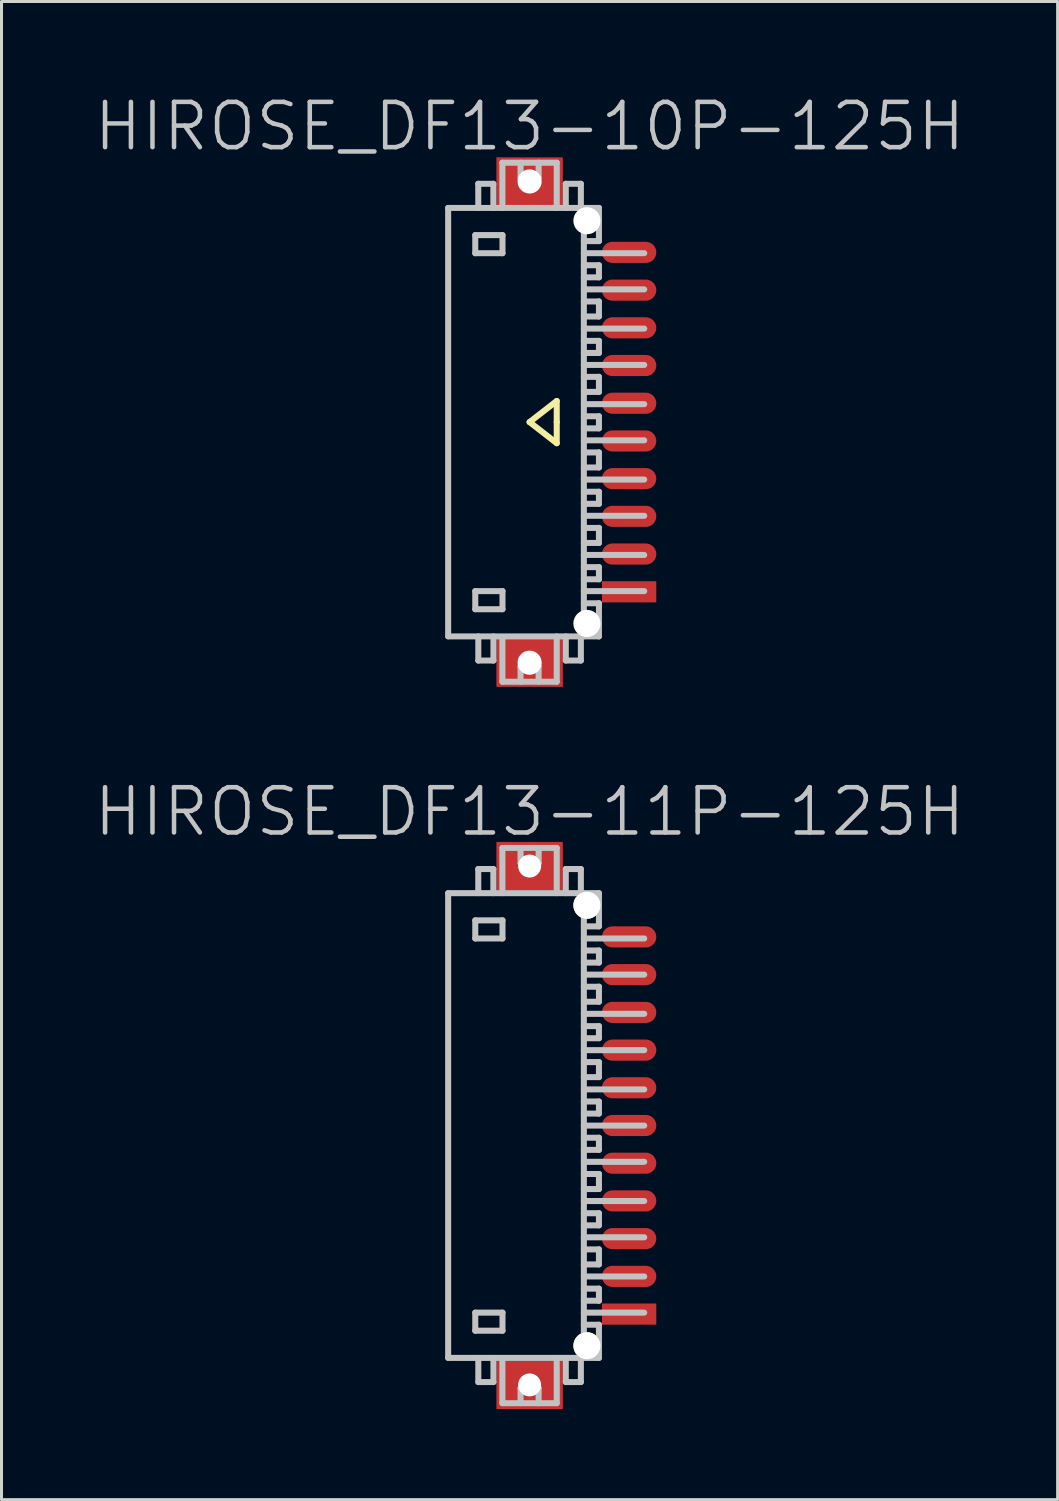
<source format=kicad_pcb>
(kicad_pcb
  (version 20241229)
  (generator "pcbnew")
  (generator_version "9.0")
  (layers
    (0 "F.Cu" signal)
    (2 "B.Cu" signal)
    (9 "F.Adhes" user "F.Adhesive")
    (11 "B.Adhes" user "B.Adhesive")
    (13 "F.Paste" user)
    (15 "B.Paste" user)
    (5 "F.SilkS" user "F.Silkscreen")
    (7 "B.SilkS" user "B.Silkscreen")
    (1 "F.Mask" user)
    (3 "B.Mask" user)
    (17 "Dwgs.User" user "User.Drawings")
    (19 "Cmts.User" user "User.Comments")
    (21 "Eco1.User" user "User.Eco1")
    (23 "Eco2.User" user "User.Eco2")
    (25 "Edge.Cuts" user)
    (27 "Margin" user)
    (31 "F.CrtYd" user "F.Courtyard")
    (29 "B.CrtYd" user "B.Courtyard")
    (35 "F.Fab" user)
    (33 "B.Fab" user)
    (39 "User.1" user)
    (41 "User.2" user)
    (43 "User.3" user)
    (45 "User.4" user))
  (footprint "HIROSE_DF13-10P-125H"
    (layer "F.Cu")
    (at 14.504 10.941)
    (property "Reference" "HIROSE_DF13-10P-125H" (at 0 -9.8 180) (layer "Dwgs.User") (effects (font (size 1.5 1.5) (thickness 0.15))))
    (attr smd)
    (fp_line (start 0 0) (end 0.9 0.7) (stroke (width 0.2) (type solid)) (layer "F.SilkS"))
    (fp_line (start 0.9 -0.7) (end 0 0) (stroke (width 0.2) (type solid)) (layer "F.SilkS"))
    (fp_line (start 0.9 0) (end 0.9 -0.7) (stroke (width 0.2) (type solid)) (layer "F.SilkS"))
    (fp_line (start 0.9 0.7) (end 0.9 0) (stroke (width 0.2) (type solid)) (layer "F.SilkS"))
    (fp_line (start -2.699 -7.099) (end -2.699 7.099) (stroke (width 0.2) (type solid)) (layer "Dwgs.User"))
    (fp_line (start -2.699 -7.099) (end 2.299 -7.099) (stroke (width 0.2) (type solid)) (layer "Dwgs.User"))
    (fp_line (start -1.8 -6.198) (end -1.8 -5.598) (stroke (width 0.2) (type solid)) (layer "Dwgs.User"))
    (fp_line (start -1.8 -5.598) (end -0.898 -5.598) (stroke (width 0.2) (type solid)) (layer "Dwgs.User"))
    (fp_line (start -1.8 5.603) (end -0.898 5.603) (stroke (width 0.2) (type solid)) (layer "Dwgs.User"))
    (fp_line (start -1.8 6.203) (end -1.8 5.603) (stroke (width 0.2) (type solid)) (layer "Dwgs.User"))
    (fp_line (start -1.701 -7.899) (end -1.701 -7.099) (stroke (width 0.2) (type solid)) (layer "Dwgs.User"))
    (fp_line (start -1.699 7.904) (end -1.699 7.104) (stroke (width 0.2) (type solid)) (layer "Dwgs.User"))
    (fp_line (start -1.201 -7.899) (end -1.701 -7.899) (stroke (width 0.2) (type solid)) (layer "Dwgs.User"))
    (fp_line (start -1.201 -7.099) (end -1.201 -7.899) (stroke (width 0.2) (type solid)) (layer "Dwgs.User"))
    (fp_line (start -1.198 7.104) (end -1.198 7.904) (stroke (width 0.2) (type solid)) (layer "Dwgs.User"))
    (fp_line (start -1.198 7.904) (end -1.699 7.904) (stroke (width 0.2) (type solid)) (layer "Dwgs.User"))
    (fp_line (start -0.901 -8.598) (end -0.901 -7.099) (stroke (width 0.2) (type solid)) (layer "Dwgs.User"))
    (fp_line (start -0.901 8.603) (end -0.901 7.203) (stroke (width 0.2) (type solid)) (layer "Dwgs.User"))
    (fp_line (start -0.898 -6.198) (end -1.8 -6.198) (stroke (width 0.2) (type solid)) (layer "Dwgs.User"))
    (fp_line (start -0.898 -5.598) (end -0.898 -6.198) (stroke (width 0.2) (type solid)) (layer "Dwgs.User"))
    (fp_line (start -0.898 5.603) (end -0.898 6.203) (stroke (width 0.2) (type solid)) (layer "Dwgs.User"))
    (fp_line (start -0.898 6.203) (end -1.8 6.203) (stroke (width 0.2) (type solid)) (layer "Dwgs.User"))
    (fp_line (start -0.299 -8.098) (end -0.299 -8.598) (stroke (width 0.2) (type solid)) (layer "Dwgs.User"))
    (fp_line (start -0.299 -8.098) (end 0.3 -8.098) (stroke (width 0.2) (type solid)) (layer "Dwgs.User"))
    (fp_line (start -0.299 8.105) (end 0.3 8.105) (stroke (width 0.2) (type solid)) (layer "Dwgs.User"))
    (fp_line (start -0.299 8.606) (end -0.299 8.105) (stroke (width 0.2) (type solid)) (layer "Dwgs.User"))
    (fp_line (start 0.3 -8.098) (end 0.3 -8.598) (stroke (width 0.2) (type solid)) (layer "Dwgs.User"))
    (fp_line (start 0.3 8.606) (end 0.3 8.105) (stroke (width 0.2) (type solid)) (layer "Dwgs.User"))
    (fp_line (start 0.9 -8.598) (end -0.901 -8.598) (stroke (width 0.2) (type solid)) (layer "Dwgs.User"))
    (fp_line (start 0.9 -7.099) (end 0.9 -8.598) (stroke (width 0.2) (type solid)) (layer "Dwgs.User"))
    (fp_line (start 0.9 8.603) (end 0.9 7.104) (stroke (width 0.2) (type solid)) (layer "Dwgs.User"))
    (fp_line (start 0.9 8.606) (end -0.901 8.606) (stroke (width 0.2) (type solid)) (layer "Dwgs.User"))
    (fp_line (start 1.2 -7.099) (end 1.2 -7.899) (stroke (width 0.2) (type solid)) (layer "Dwgs.User"))
    (fp_line (start 1.2 7.904) (end 1.2 7.104) (stroke (width 0.2) (type solid)) (layer "Dwgs.User"))
    (fp_line (start 1.7 -7.899) (end 1.2 -7.899) (stroke (width 0.2) (type solid)) (layer "Dwgs.User"))
    (fp_line (start 1.7 -7.899) (end 1.7 -7.099) (stroke (width 0.2) (type solid)) (layer "Dwgs.User"))
    (fp_line (start 1.7 7.104) (end 1.7 7.904) (stroke (width 0.2) (type solid)) (layer "Dwgs.User"))
    (fp_line (start 1.7 7.904) (end 1.2 7.904) (stroke (width 0.2) (type solid)) (layer "Dwgs.User"))
    (fp_line (start 1.799 -7.099) (end 1.799 7.099) (stroke (width 0.2) (type solid)) (layer "Dwgs.User"))
    (fp_line (start 1.799 -4.399) (end 3.8 -4.399) (stroke (width 0.2) (type solid)) (layer "Dwgs.User"))
    (fp_line (start 1.799 -3.998) (end 2.299 -3.998) (stroke (width 0.2) (type solid)) (layer "Dwgs.User"))
    (fp_line (start 1.799 -3.099) (end 3.8 -3.099) (stroke (width 0.2) (type solid)) (layer "Dwgs.User"))
    (fp_line (start 1.799 -1.895) (end 3.8 -1.895) (stroke (width 0.2) (type solid)) (layer "Dwgs.User"))
    (fp_line (start 1.799 -1.499) (end 2.299 -1.499) (stroke (width 0.2) (type solid)) (layer "Dwgs.User"))
    (fp_line (start 1.799 -0.594) (end 3.8 -0.594) (stroke (width 0.2) (type solid)) (layer "Dwgs.User"))
    (fp_line (start 1.799 0.605) (end 3.8 0.605) (stroke (width 0.2) (type solid)) (layer "Dwgs.User"))
    (fp_line (start 1.799 1.006) (end 2.299 1.006) (stroke (width 0.2) (type solid)) (layer "Dwgs.User"))
    (fp_line (start 1.799 1.905) (end 3.8 1.905) (stroke (width 0.2) (type solid)) (layer "Dwgs.User"))
    (fp_line (start 1.799 3.106) (end 3.8 3.106) (stroke (width 0.2) (type solid)) (layer "Dwgs.User"))
    (fp_line (start 1.799 3.508) (end 2.299 3.508) (stroke (width 0.2) (type solid)) (layer "Dwgs.User"))
    (fp_line (start 1.799 4.404) (end 3.8 4.404) (stroke (width 0.2) (type solid)) (layer "Dwgs.User"))
    (fp_line (start 1.799 5.603) (end 3.8 5.603) (stroke (width 0.2) (type solid)) (layer "Dwgs.User"))
    (fp_line (start 2.299 -5.999) (end 1.799 -5.999) (stroke (width 0.2) (type solid)) (layer "Dwgs.User"))
    (fp_line (start 2.299 -5.999) (end 2.299 -7.099) (stroke (width 0.2) (type solid)) (layer "Dwgs.User"))
    (fp_line (start 2.299 -5.199) (end 1.799 -5.199) (stroke (width 0.2) (type solid)) (layer "Dwgs.User"))
    (fp_line (start 2.299 -4.798) (end 1.799 -4.798) (stroke (width 0.2) (type solid)) (layer "Dwgs.User"))
    (fp_line (start 2.299 -4.798) (end 2.299 -5.199) (stroke (width 0.2) (type solid)) (layer "Dwgs.User"))
    (fp_line (start 2.299 -4) (end 2.299 -3.5) (stroke (width 0.2) (type solid)) (layer "Dwgs.User"))
    (fp_line (start 2.299 -3.5) (end 1.799 -3.5) (stroke (width 0.2) (type solid)) (layer "Dwgs.User"))
    (fp_line (start 2.299 -2.692) (end 1.799 -2.692) (stroke (width 0.2) (type solid)) (layer "Dwgs.User"))
    (fp_line (start 2.299 -2.291) (end 1.799 -2.291) (stroke (width 0.2) (type solid)) (layer "Dwgs.User"))
    (fp_line (start 2.299 -2.291) (end 2.299 -2.692) (stroke (width 0.2) (type solid)) (layer "Dwgs.User"))
    (fp_line (start 2.299 -1.501) (end 2.299 -1.001) (stroke (width 0.2) (type solid)) (layer "Dwgs.User"))
    (fp_line (start 2.299 -1.001) (end 1.799 -1.001) (stroke (width 0.2) (type solid)) (layer "Dwgs.User"))
    (fp_line (start 2.299 -0.193) (end 1.799 -0.193) (stroke (width 0.2) (type solid)) (layer "Dwgs.User"))
    (fp_line (start 2.299 0.208) (end 1.799 0.208) (stroke (width 0.2) (type solid)) (layer "Dwgs.User"))
    (fp_line (start 2.299 0.208) (end 2.299 -0.193) (stroke (width 0.2) (type solid)) (layer "Dwgs.User"))
    (fp_line (start 2.299 1.003) (end 2.299 1.504) (stroke (width 0.2) (type solid)) (layer "Dwgs.User"))
    (fp_line (start 2.299 1.504) (end 1.799 1.504) (stroke (width 0.2) (type solid)) (layer "Dwgs.User"))
    (fp_line (start 2.299 2.309) (end 1.799 2.309) (stroke (width 0.2) (type solid)) (layer "Dwgs.User"))
    (fp_line (start 2.299 2.71) (end 1.799 2.71) (stroke (width 0.2) (type solid)) (layer "Dwgs.User"))
    (fp_line (start 2.299 2.71) (end 2.299 2.309) (stroke (width 0.2) (type solid)) (layer "Dwgs.User"))
    (fp_line (start 2.299 3.505) (end 2.299 4.006) (stroke (width 0.2) (type solid)) (layer "Dwgs.User"))
    (fp_line (start 2.299 4.006) (end 1.799 4.006) (stroke (width 0.2) (type solid)) (layer "Dwgs.User"))
    (fp_line (start 2.299 4.808) (end 1.799 4.808) (stroke (width 0.2) (type solid)) (layer "Dwgs.User"))
    (fp_line (start 2.299 5.21) (end 1.799 5.21) (stroke (width 0.2) (type solid)) (layer "Dwgs.User"))
    (fp_line (start 2.299 5.21) (end 2.299 4.808) (stroke (width 0.2) (type solid)) (layer "Dwgs.User"))
    (fp_line (start 2.299 6.005) (end 1.799 6.005) (stroke (width 0.2) (type solid)) (layer "Dwgs.User"))
    (fp_line (start 2.299 7.104) (end -2.699 7.104) (stroke (width 0.2) (type solid)) (layer "Dwgs.User"))
    (fp_line (start 2.299 7.104) (end 2.299 6.005) (stroke (width 0.2) (type solid)) (layer "Dwgs.User"))
    (fp_line (start 3.8 -5.598) (end 1.799 -5.598) (stroke (width 0.2) (type solid)) (layer "Dwgs.User"))
    (pad "" np_thru_hole rect (at 0.001 -7.976 270) (size 1.6 2.2) (drill 0.8) (layers "F.Cu" "F.Mask" "F.Paste"))
    (pad "" np_thru_hole rect (at 0.001 7.976 270) (size 1.6 2.2) (drill 0.8) (layers "F.Cu" "F.Mask" "F.Paste"))
    (pad "" np_thru_hole circle (at 1.901 -6.675 270) (size 0.9 0.9) (drill 0.9) (layers "*.Cu" "*.Mask"))
    (pad "" np_thru_hole circle (at 1.901 6.675 270) (size 0.9 0.9) (drill 0.9) (layers "*.Cu" "*.Mask"))
    (pad "1" smd rect (at 3.3 5.626 270) (size 0.7 1.8) (layers "F.Cu" "F.Mask" "F.Paste"))
    (pad "2" smd oval (at 3.3 4.374 270) (size 0.7 1.8) (layers "F.Cu" "F.Mask" "F.Paste"))
    (pad "3" smd oval (at 3.3 3.124 270) (size 0.7 1.8) (layers "F.Cu" "F.Mask" "F.Paste"))
    (pad "4" smd oval (at 3.3 1.875 270) (size 0.7 1.8) (layers "F.Cu" "F.Mask" "F.Paste"))
    (pad "5" smd oval (at 3.3 0.625 270) (size 0.7 1.8) (layers "F.Cu" "F.Mask" "F.Paste"))
    (pad "6" smd oval (at 3.3 -0.625 270) (size 0.7 1.8) (layers "F.Cu" "F.Mask" "F.Paste"))
    (pad "7" smd oval (at 3.3 -1.875 270) (size 0.7 1.8) (layers "F.Cu" "F.Mask" "F.Paste"))
    (pad "8" smd oval (at 3.3 -3.124 270) (size 0.7 1.8) (layers "F.Cu" "F.Mask" "F.Paste"))
    (pad "9" smd oval (at 3.3 -4.374 270) (size 0.7 1.8) (layers "F.Cu" "F.Mask" "F.Paste"))
    (pad "10" smd oval (at 3.3 -5.626 270) (size 0.7 1.8) (layers "F.Cu" "F.Mask" "F.Paste")))
  (footprint "HIROSE_DF13-11P-125H"
    (layer "F.Cu")
    (at 14.504 34.257)
    (property "Reference" "HIROSE_DF13-11P-125H" (at 0 -10.4 180) (layer "Dwgs.User") (effects (font (size 1.5 1.5) (thickness 0.15))))
    (attr smd)
    (fp_line (start -2.699 -7.701) (end 2.299 -7.701) (stroke (width 0.2) (type solid)) (layer "Dwgs.User"))
    (fp_line (start -2.699 -7.699) (end -2.699 7.699) (stroke (width 0.2) (type solid)) (layer "Dwgs.User"))
    (fp_line (start -1.8 -6.8) (end -1.8 -6.2) (stroke (width 0.2) (type solid)) (layer "Dwgs.User"))
    (fp_line (start -1.8 -6.2) (end -0.898 -6.2) (stroke (width 0.2) (type solid)) (layer "Dwgs.User"))
    (fp_line (start -1.8 6.203) (end -0.898 6.203) (stroke (width 0.2) (type solid)) (layer "Dwgs.User"))
    (fp_line (start -1.8 6.802) (end -1.8 6.203) (stroke (width 0.2) (type solid)) (layer "Dwgs.User"))
    (fp_line (start -1.701 -8.501) (end -1.701 -7.701) (stroke (width 0.2) (type solid)) (layer "Dwgs.User"))
    (fp_line (start -1.699 8.504) (end -1.699 7.704) (stroke (width 0.2) (type solid)) (layer "Dwgs.User"))
    (fp_line (start -1.201 -8.501) (end -1.701 -8.501) (stroke (width 0.2) (type solid)) (layer "Dwgs.User"))
    (fp_line (start -1.201 -7.701) (end -1.201 -8.501) (stroke (width 0.2) (type solid)) (layer "Dwgs.User"))
    (fp_line (start -1.198 7.704) (end -1.198 8.504) (stroke (width 0.2) (type solid)) (layer "Dwgs.User"))
    (fp_line (start -1.198 8.504) (end -1.699 8.504) (stroke (width 0.2) (type solid)) (layer "Dwgs.User"))
    (fp_line (start -0.901 -9.2) (end -0.901 -7.701) (stroke (width 0.2) (type solid)) (layer "Dwgs.User"))
    (fp_line (start -0.901 9.202) (end -0.901 7.803) (stroke (width 0.2) (type solid)) (layer "Dwgs.User"))
    (fp_line (start -0.898 -6.8) (end -1.8 -6.8) (stroke (width 0.2) (type solid)) (layer "Dwgs.User"))
    (fp_line (start -0.898 -6.2) (end -0.898 -6.8) (stroke (width 0.2) (type solid)) (layer "Dwgs.User"))
    (fp_line (start -0.898 6.203) (end -0.898 6.802) (stroke (width 0.2) (type solid)) (layer "Dwgs.User"))
    (fp_line (start -0.898 6.802) (end -1.8 6.802) (stroke (width 0.2) (type solid)) (layer "Dwgs.User"))
    (fp_line (start -0.299 -8.7) (end -0.299 -9.2) (stroke (width 0.2) (type solid)) (layer "Dwgs.User"))
    (fp_line (start -0.299 -8.7) (end 0.3 -8.7) (stroke (width 0.2) (type solid)) (layer "Dwgs.User"))
    (fp_line (start -0.299 8.705) (end 0.3 8.705) (stroke (width 0.2) (type solid)) (layer "Dwgs.User"))
    (fp_line (start -0.299 9.205) (end -0.299 8.705) (stroke (width 0.2) (type solid)) (layer "Dwgs.User"))
    (fp_line (start 0.3 -8.7) (end 0.3 -9.2) (stroke (width 0.2) (type solid)) (layer "Dwgs.User"))
    (fp_line (start 0.3 9.205) (end 0.3 8.705) (stroke (width 0.2) (type solid)) (layer "Dwgs.User"))
    (fp_line (start 0.9 -9.2) (end -0.901 -9.2) (stroke (width 0.2) (type solid)) (layer "Dwgs.User"))
    (fp_line (start 0.9 -7.701) (end 0.9 -9.2) (stroke (width 0.2) (type solid)) (layer "Dwgs.User"))
    (fp_line (start 0.9 9.202) (end 0.9 7.704) (stroke (width 0.2) (type solid)) (layer "Dwgs.User"))
    (fp_line (start 0.9 9.205) (end -0.901 9.205) (stroke (width 0.2) (type solid)) (layer "Dwgs.User"))
    (fp_line (start 1.2 -7.701) (end 1.2 -8.501) (stroke (width 0.2) (type solid)) (layer "Dwgs.User"))
    (fp_line (start 1.2 8.504) (end 1.2 7.704) (stroke (width 0.2) (type solid)) (layer "Dwgs.User"))
    (fp_line (start 1.7 -8.501) (end 1.2 -8.501) (stroke (width 0.2) (type solid)) (layer "Dwgs.User"))
    (fp_line (start 1.7 -8.501) (end 1.7 -7.701) (stroke (width 0.2) (type solid)) (layer "Dwgs.User"))
    (fp_line (start 1.7 7.704) (end 1.7 8.504) (stroke (width 0.2) (type solid)) (layer "Dwgs.User"))
    (fp_line (start 1.7 8.504) (end 1.2 8.504) (stroke (width 0.2) (type solid)) (layer "Dwgs.User"))
    (fp_line (start 1.799 -5.001) (end 3.8 -5.001) (stroke (width 0.2) (type solid)) (layer "Dwgs.User"))
    (fp_line (start 1.799 -4.6) (end 2.299 -4.6) (stroke (width 0.2) (type solid)) (layer "Dwgs.User"))
    (fp_line (start 1.799 -3.701) (end 3.8 -3.701) (stroke (width 0.2) (type solid)) (layer "Dwgs.User"))
    (fp_line (start 1.799 -2.497) (end 3.8 -2.497) (stroke (width 0.2) (type solid)) (layer "Dwgs.User"))
    (fp_line (start 1.799 -2.101) (end 2.299 -2.101) (stroke (width 0.2) (type solid)) (layer "Dwgs.User"))
    (fp_line (start 1.799 -1.196) (end 3.8 -1.196) (stroke (width 0.2) (type solid)) (layer "Dwgs.User"))
    (fp_line (start 1.799 0.003) (end 3.8 0.003) (stroke (width 0.2) (type solid)) (layer "Dwgs.User"))
    (fp_line (start 1.799 1.204) (end 3.8 1.204) (stroke (width 0.2) (type solid)) (layer "Dwgs.User"))
    (fp_line (start 1.799 1.608) (end 2.299 1.608) (stroke (width 0.2) (type solid)) (layer "Dwgs.User"))
    (fp_line (start 1.799 2.504) (end 3.8 2.504) (stroke (width 0.2) (type solid)) (layer "Dwgs.User"))
    (fp_line (start 1.799 3.706) (end 3.8 3.706) (stroke (width 0.2) (type solid)) (layer "Dwgs.User"))
    (fp_line (start 1.799 4.107) (end 2.299 4.107) (stroke (width 0.2) (type solid)) (layer "Dwgs.User"))
    (fp_line (start 1.799 5.004) (end 3.8 5.004) (stroke (width 0.2) (type solid)) (layer "Dwgs.User"))
    (fp_line (start 1.799 6.203) (end 3.8 6.203) (stroke (width 0.2) (type solid)) (layer "Dwgs.User"))
    (fp_line (start 1.799 7.699) (end 1.799 -7.699) (stroke (width 0.2) (type solid)) (layer "Dwgs.User"))
    (fp_line (start 2.299 -6.601) (end 1.799 -6.601) (stroke (width 0.2) (type solid)) (layer "Dwgs.User"))
    (fp_line (start 2.299 -6.601) (end 2.299 -7.701) (stroke (width 0.2) (type solid)) (layer "Dwgs.User"))
    (fp_line (start 2.299 -5.801) (end 1.799 -5.801) (stroke (width 0.2) (type solid)) (layer "Dwgs.User"))
    (fp_line (start 2.299 -5.4) (end 1.799 -5.4) (stroke (width 0.2) (type solid)) (layer "Dwgs.User"))
    (fp_line (start 2.299 -5.4) (end 2.299 -5.801) (stroke (width 0.2) (type solid)) (layer "Dwgs.User"))
    (fp_line (start 2.299 -4.602) (end 2.299 -4.102) (stroke (width 0.2) (type solid)) (layer "Dwgs.User"))
    (fp_line (start 2.299 -4.102) (end 1.799 -4.102) (stroke (width 0.2) (type solid)) (layer "Dwgs.User"))
    (fp_line (start 2.299 -3.294) (end 1.799 -3.294) (stroke (width 0.2) (type solid)) (layer "Dwgs.User"))
    (fp_line (start 2.299 -2.893) (end 1.799 -2.893) (stroke (width 0.2) (type solid)) (layer "Dwgs.User"))
    (fp_line (start 2.299 -2.893) (end 2.299 -3.294) (stroke (width 0.2) (type solid)) (layer "Dwgs.User"))
    (fp_line (start 2.299 -2.103) (end 2.299 -1.603) (stroke (width 0.2) (type solid)) (layer "Dwgs.User"))
    (fp_line (start 2.299 -1.603) (end 1.799 -1.603) (stroke (width 0.2) (type solid)) (layer "Dwgs.User"))
    (fp_line (start 2.299 -0.795) (end 1.799 -0.795) (stroke (width 0.2) (type solid)) (layer "Dwgs.User"))
    (fp_line (start 2.299 -0.394) (end 1.799 -0.394) (stroke (width 0.2) (type solid)) (layer "Dwgs.User"))
    (fp_line (start 2.299 -0.394) (end 2.299 -0.795) (stroke (width 0.2) (type solid)) (layer "Dwgs.User"))
    (fp_line (start 2.299 0.406) (end 1.799 0.406) (stroke (width 0.2) (type solid)) (layer "Dwgs.User"))
    (fp_line (start 2.299 0.808) (end 1.799 0.808) (stroke (width 0.2) (type solid)) (layer "Dwgs.User"))
    (fp_line (start 2.299 0.808) (end 2.299 0.406) (stroke (width 0.2) (type solid)) (layer "Dwgs.User"))
    (fp_line (start 2.299 1.605) (end 2.299 2.106) (stroke (width 0.2) (type solid)) (layer "Dwgs.User"))
    (fp_line (start 2.299 2.106) (end 1.799 2.106) (stroke (width 0.2) (type solid)) (layer "Dwgs.User"))
    (fp_line (start 2.299 2.908) (end 1.799 2.908) (stroke (width 0.2) (type solid)) (layer "Dwgs.User"))
    (fp_line (start 2.299 3.31) (end 1.799 3.31) (stroke (width 0.2) (type solid)) (layer "Dwgs.User"))
    (fp_line (start 2.299 3.31) (end 2.299 2.908) (stroke (width 0.2) (type solid)) (layer "Dwgs.User"))
    (fp_line (start 2.299 4.105) (end 2.299 4.605) (stroke (width 0.2) (type solid)) (layer "Dwgs.User"))
    (fp_line (start 2.299 4.605) (end 1.799 4.605) (stroke (width 0.2) (type solid)) (layer "Dwgs.User"))
    (fp_line (start 2.299 5.408) (end 1.799 5.408) (stroke (width 0.2) (type solid)) (layer "Dwgs.User"))
    (fp_line (start 2.299 5.809) (end 1.799 5.809) (stroke (width 0.2) (type solid)) (layer "Dwgs.User"))
    (fp_line (start 2.299 5.809) (end 2.299 5.408) (stroke (width 0.2) (type solid)) (layer "Dwgs.User"))
    (fp_line (start 2.299 6.604) (end 1.799 6.604) (stroke (width 0.2) (type solid)) (layer "Dwgs.User"))
    (fp_line (start 2.299 7.704) (end -2.699 7.704) (stroke (width 0.2) (type solid)) (layer "Dwgs.User"))
    (fp_line (start 2.299 7.704) (end 2.299 6.604) (stroke (width 0.2) (type solid)) (layer "Dwgs.User"))
    (fp_line (start 3.8 -6.2) (end 1.799 -6.2) (stroke (width 0.2) (type solid)) (layer "Dwgs.User"))
    (pad "" np_thru_hole rect (at 0.001 -8.6 270) (size 1.6 2.2) (drill 0.762) (layers "F.Cu" "F.Mask" "F.Paste"))
    (pad "" np_thru_hole rect (at 0.001 8.6 270) (size 1.6 2.2) (drill 0.762) (layers "F.Cu" "F.Mask" "F.Paste"))
    (pad "" np_thru_hole circle (at 1.901 -7.3 270) (size 0.899 0.899) (drill 0.899) (layers "*.Cu" "*.Mask" "F.SilkS"))
    (pad "" np_thru_hole circle (at 1.901 7.3 270) (size 0.899 0.899) (drill 0.899) (layers "*.Cu" "*.Mask" "F.SilkS"))
    (pad "1" smd rect (at 3.3 6.251 270) (size 0.7 1.8) (layers "F.Cu" "F.Mask" "F.Paste"))
    (pad "2" smd oval (at 3.3 5.001 270) (size 0.7 1.8) (layers "F.Cu" "F.Mask" "F.Paste"))
    (pad "3" smd oval (at 3.3 3.749 270) (size 0.7 1.8) (layers "F.Cu" "F.Mask" "F.Paste"))
    (pad "4" smd oval (at 3.3 2.499 270) (size 0.7 1.8) (layers "F.Cu" "F.Mask" "F.Paste"))
    (pad "5" smd oval (at 3.3 1.25 270) (size 0.7 1.8) (layers "F.Cu" "F.Mask" "F.Paste"))
    (pad "6" smd oval (at 3.3 0 270) (size 0.7 1.8) (layers "F.Cu" "F.Mask" "F.Paste"))
    (pad "7" smd oval (at 3.3 -1.25 270) (size 0.7 1.8) (layers "F.Cu" "F.Mask" "F.Paste"))
    (pad "8" smd oval (at 3.3 -2.499 270) (size 0.7 1.8) (layers "F.Cu" "F.Mask" "F.Paste"))
    (pad "9" smd oval (at 3.3 -3.749 270) (size 0.7 1.8) (layers "F.Cu" "F.Mask" "F.Paste"))
    (pad "10" smd oval (at 3.3 -5.001 270) (size 0.7 1.8) (layers "F.Cu" "F.Mask" "F.Paste"))
    (pad "11" smd oval (at 3.3 -6.251 270) (size 0.7 1.8) (layers "F.Cu" "F.Mask" "F.Paste")))
  (gr_rect
    (start -3 -3)
    (end 32.007 46.658)
    (stroke (width 0.1) (type default))
    (fill no)
    (layer "Edge.Cuts")))
</source>
